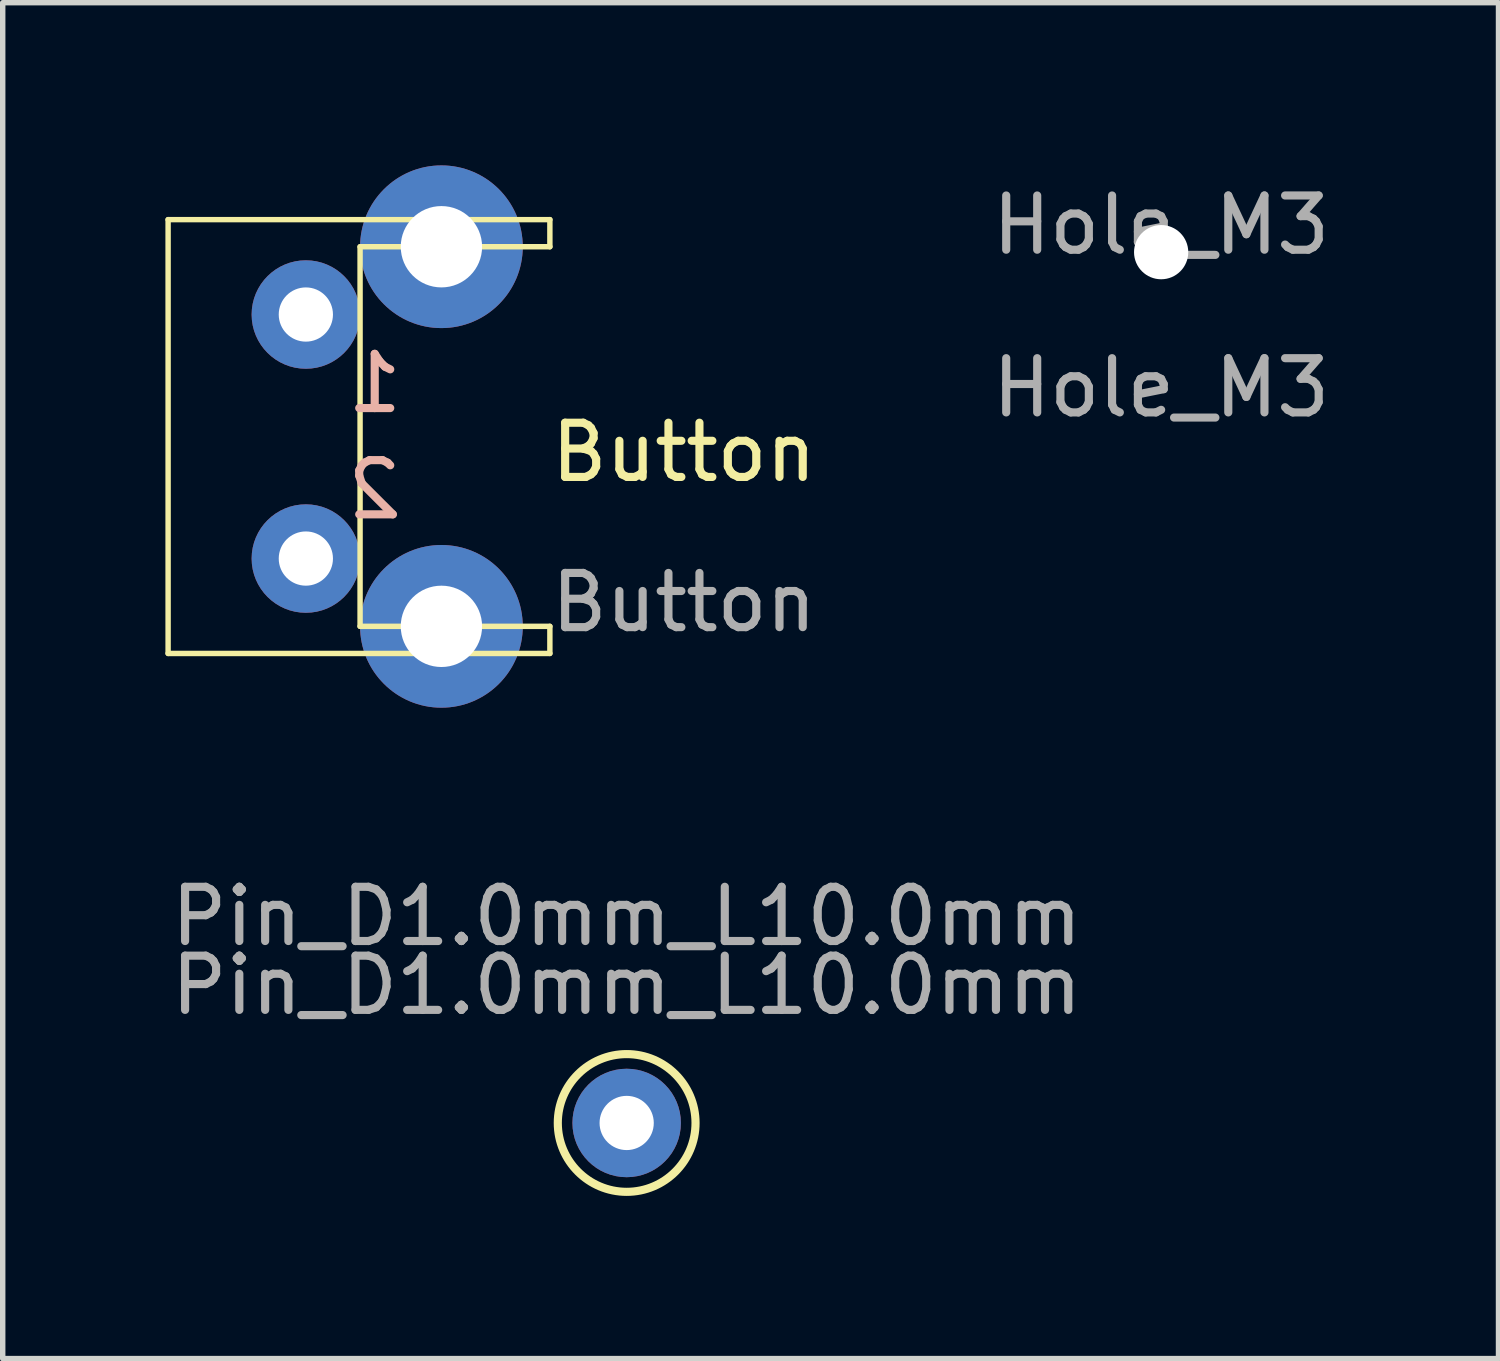
<source format=kicad_pcb>
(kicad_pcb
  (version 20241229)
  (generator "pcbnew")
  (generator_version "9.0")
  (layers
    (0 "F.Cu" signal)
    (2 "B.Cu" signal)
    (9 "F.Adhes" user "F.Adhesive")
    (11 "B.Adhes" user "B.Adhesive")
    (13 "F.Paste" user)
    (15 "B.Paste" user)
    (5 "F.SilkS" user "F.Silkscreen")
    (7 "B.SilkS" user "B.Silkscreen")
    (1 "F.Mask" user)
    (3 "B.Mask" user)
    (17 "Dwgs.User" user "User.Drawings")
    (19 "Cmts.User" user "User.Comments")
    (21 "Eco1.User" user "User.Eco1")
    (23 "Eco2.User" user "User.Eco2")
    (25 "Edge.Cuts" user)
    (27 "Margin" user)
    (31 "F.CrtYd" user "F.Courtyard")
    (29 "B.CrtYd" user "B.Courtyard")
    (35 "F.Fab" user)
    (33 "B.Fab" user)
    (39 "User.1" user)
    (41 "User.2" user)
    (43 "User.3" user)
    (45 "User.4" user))
  (footprint "Hole_M3"
    (layer "F.Cu")
    (at 18.362 1.6)
    (property "Reference" "Hole_M3" (at 0 -0.5 0) (unlocked yes) (layer "F.Fab") (effects (font (size 1 1) (thickness 0.15))))
    (attr through_hole)
    (fp_text user "${REFERENCE}" (at 0 2.5 0) (unlocked yes) (layer "F.Fab") (effects (font (size 1 1) (thickness 0.15))))
    (pad "" np_thru_hole circle (at 0 0) (size 1 1) (drill 3.2) (layers "*.Cu" "*.Mask")))
  (footprint "Pin_D1.0mm_L10.0mm"
    (layer "F.Cu")
    (at 8.506 17.658)
    (property "Reference" "Pin_D1.0mm_L10.0mm" (at 0 -3.81 0) (layer "F.Fab") (effects (font (size 1 1) (thickness 0.15))))
    (attr through_hole)
    (fp_circle (center 0 0) (end 1.27 0) (stroke (width 0.15) (type solid)) (fill no) (layer "F.SilkS"))
    (fp_text user "${REFERENCE}" (at 0 -2.54 0) (layer "F.Fab") (effects (font (size 1 1) (thickness 0.15))))
    (pad "1" thru_hole circle (at 0 0) (size 2 2) (drill 1) (layers "*.Cu" "*.Mask")))
  (footprint "Button"
    (layer "F.Cu")
    (at 2.59 2.75)
    (property "Reference" "Button" (at 4.445 2.54 0) (unlocked yes) (layer "F.SilkS") (effects (font (size 1 1) (thickness 0.15)) (justify left)))
    (attr through_hole)
    (fp_line (start -2.54 -1.75) (end -2.54 6.25) (stroke (width 0.1) (type default)) (layer "F.SilkS"))
    (fp_line (start -2.54 6.25) (end 4.5 6.25) (stroke (width 0.1) (type default)) (layer "F.SilkS"))
    (fp_line (start 1 -1.25) (end 1 5.75) (stroke (width 0.1) (type default)) (layer "F.SilkS"))
    (fp_line (start 1 5.75) (end 4.5 5.75) (stroke (width 0.1) (type default)) (layer "F.SilkS"))
    (fp_line (start 4.5 -1.75) (end -2.54 -1.75) (stroke (width 0.1) (type default)) (layer "F.SilkS"))
    (fp_line (start 4.5 -1.75) (end 4.5 -1.25) (stroke (width 0.1) (type default)) (layer "F.SilkS"))
    (fp_line (start 4.5 -1.25) (end 1 -1.25) (stroke (width 0.1) (type default)) (layer "F.SilkS"))
    (fp_line (start 4.5 5.75) (end 4.5 6.25) (stroke (width 0.1) (type default)) (layer "F.SilkS"))
    (fp_text user "1" (at 1.27 1.27 0) (unlocked yes) (layer "B.SilkS") (effects (font (size 1 1) (thickness 0.15)) (justify mirror)))
    (fp_text user "2" (at 1.27 3.23 0) (unlocked yes) (layer "B.SilkS") (effects (font (size 1 1) (thickness 0.15)) (justify mirror)))
    (fp_text user "${REFERENCE}" (at 4.445 5.31 0) (unlocked yes) (layer "F.Fab") (effects (font (size 1 1) (thickness 0.15)) (justify left)))
    (pad "" thru_hole circle (at 2.5 -1.25) (size 3 3) (drill 1.5) (layers "*.Cu" "*.Mask"))
    (pad "" thru_hole circle (at 2.5 5.75) (size 3 3) (drill 1.5) (layers "*.Cu" "*.Mask"))
    (pad "1" thru_hole circle (at 0 0) (size 2 2) (drill 1) (layers "*.Cu" "*.Mask"))
    (pad "2" thru_hole circle (at 0 4.5) (size 2 2) (drill 1) (layers "*.Cu" "*.Mask")))
  (gr_rect
    (start -3 -3)
    (end 24.583 22.003)
    (stroke (width 0.1) (type default))
    (fill no)
    (layer "Edge.Cuts")))
</source>
